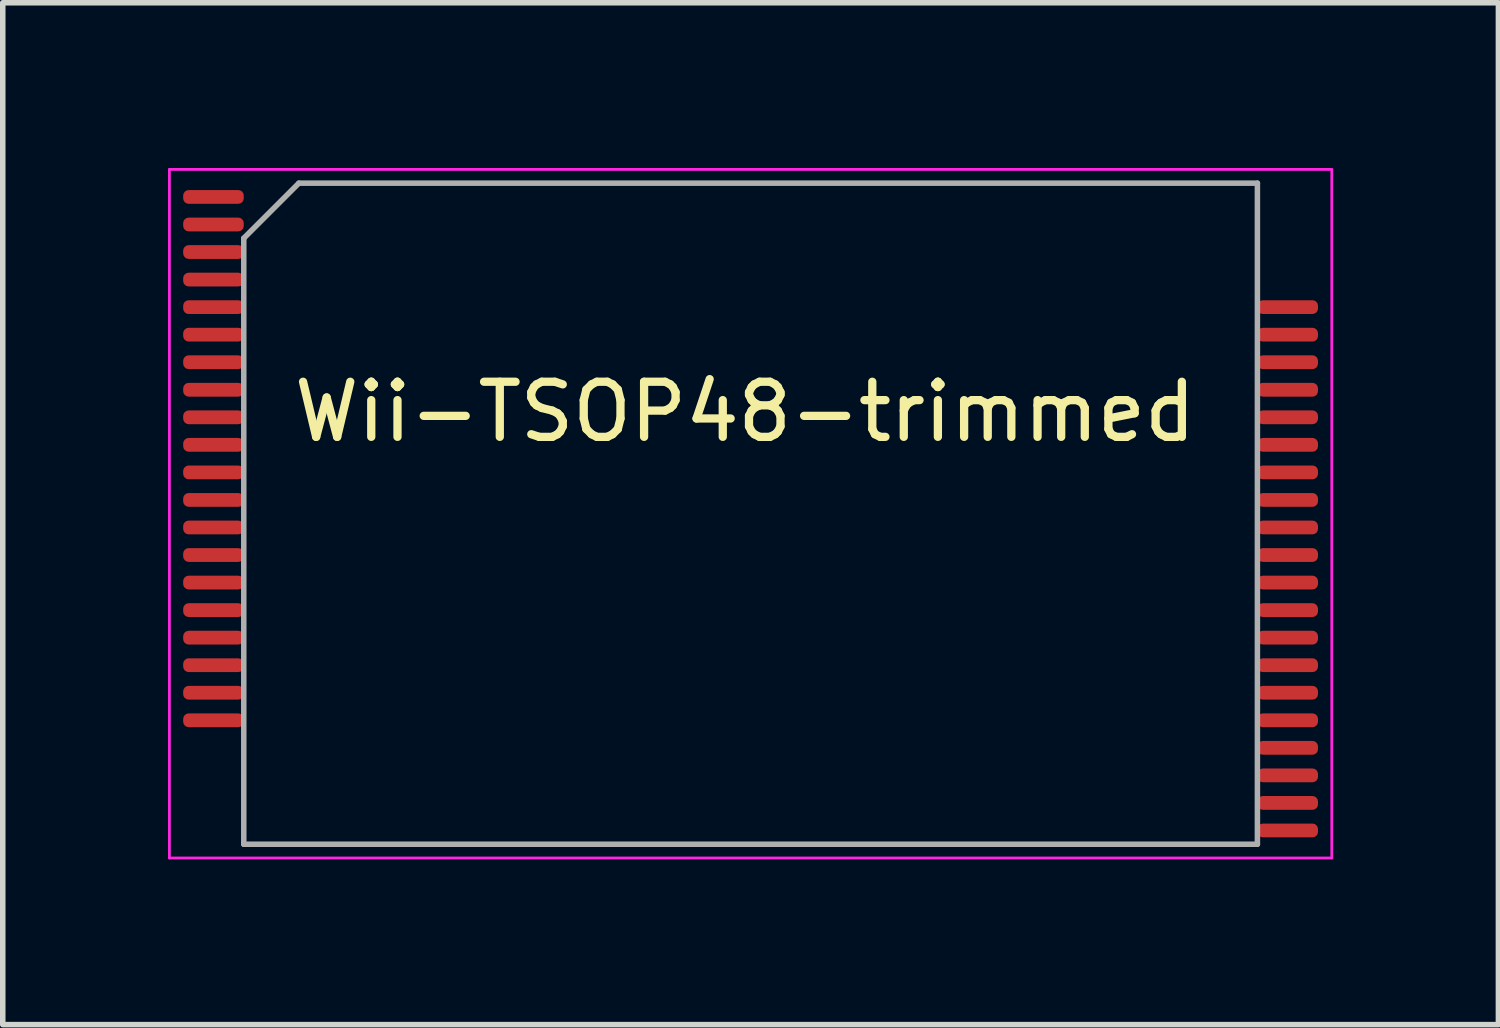
<source format=kicad_pcb>
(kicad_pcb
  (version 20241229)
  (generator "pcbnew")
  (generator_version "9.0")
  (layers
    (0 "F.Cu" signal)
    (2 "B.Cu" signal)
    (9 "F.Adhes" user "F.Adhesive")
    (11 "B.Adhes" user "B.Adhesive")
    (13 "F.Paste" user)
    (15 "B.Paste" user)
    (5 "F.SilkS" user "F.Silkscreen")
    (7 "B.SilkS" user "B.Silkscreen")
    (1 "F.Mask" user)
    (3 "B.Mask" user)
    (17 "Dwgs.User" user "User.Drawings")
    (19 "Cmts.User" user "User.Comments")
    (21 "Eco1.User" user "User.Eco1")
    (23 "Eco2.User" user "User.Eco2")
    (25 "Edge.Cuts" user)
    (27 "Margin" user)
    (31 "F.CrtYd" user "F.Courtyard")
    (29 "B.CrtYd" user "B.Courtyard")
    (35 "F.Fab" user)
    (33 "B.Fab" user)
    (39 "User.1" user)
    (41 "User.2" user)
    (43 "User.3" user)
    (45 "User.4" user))
  (footprint "Wii-TSOP48-trimmed"
    (layer "F.Cu")
    (at 10.575 6.275)
    (property "Reference" "Wii-TSOP48-trimmed" (at -0.1 -1.85 180) (layer "F.SilkS") (effects (font (size 1 1) (thickness 0.15))))
    (attr smd)
    (fp_line (start -10.55 -6.25) (end 10.55 -6.25) (stroke (width 0.05) (type solid)) (layer "F.CrtYd"))
    (fp_line (start -10.55 6.25) (end -10.55 -6.25) (stroke (width 0.05) (type solid)) (layer "F.CrtYd"))
    (fp_line (start 10.55 -6.25) (end 10.55 6.25) (stroke (width 0.05) (type solid)) (layer "F.CrtYd"))
    (fp_line (start 10.55 6.25) (end -10.55 6.25) (stroke (width 0.05) (type solid)) (layer "F.CrtYd"))
    (fp_line (start -9.2 6) (end -9.2 -5) (stroke (width 0.1) (type solid)) (layer "F.Fab"))
    (fp_line (start -8.2 -6) (end -9.2 -5) (stroke (width 0.1) (type solid)) (layer "F.Fab"))
    (fp_line (start -8.2 -6) (end 9.2 -6) (stroke (width 0.1) (type solid)) (layer "F.Fab"))
    (fp_line (start 9.2 -6) (end 9.2 6) (stroke (width 0.1) (type solid)) (layer "F.Fab"))
    (fp_line (start 9.2 6) (end -9.2 6) (stroke (width 0.1) (type solid)) (layer "F.Fab"))
    (pad "1" smd roundrect (at -9.75 -5.75) (size 1.1 0.25) (layers "F.Cu" "F.Mask" "F.Paste") (roundrect_rratio 0.4))
    (pad "2" smd roundrect (at -9.75 -5.25) (size 1.1 0.25) (layers "F.Cu" "F.Mask" "F.Paste") (roundrect_rratio 0.4))
    (pad "3" smd roundrect (at -9.75 -4.75) (size 1.1 0.25) (layers "F.Cu" "F.Mask" "F.Paste") (roundrect_rratio 0.4))
    (pad "4" smd roundrect (at -9.75 -4.25) (size 1.1 0.25) (layers "F.Cu" "F.Mask" "F.Paste") (roundrect_rratio 0.4))
    (pad "5" smd roundrect (at -9.75 -3.75) (size 1.1 0.25) (layers "F.Cu" "F.Mask" "F.Paste") (roundrect_rratio 0.4))
    (pad "6" smd roundrect (at -9.75 -3.25) (size 1.1 0.25) (layers "F.Cu" "F.Mask" "F.Paste") (roundrect_rratio 0.4))
    (pad "7" smd roundrect (at -9.75 -2.75) (size 1.1 0.25) (layers "F.Cu" "F.Mask" "F.Paste") (roundrect_rratio 0.4))
    (pad "8" smd roundrect (at -9.75 -2.25) (size 1.1 0.25) (layers "F.Cu" "F.Mask" "F.Paste") (roundrect_rratio 0.4))
    (pad "9" smd roundrect (at -9.75 -1.75) (size 1.1 0.25) (layers "F.Cu" "F.Mask" "F.Paste") (roundrect_rratio 0.4))
    (pad "10" smd roundrect (at -9.75 -1.25) (size 1.1 0.25) (layers "F.Cu" "F.Mask" "F.Paste") (roundrect_rratio 0.4))
    (pad "11" smd roundrect (at -9.75 -0.75) (size 1.1 0.25) (layers "F.Cu" "F.Mask" "F.Paste") (roundrect_rratio 0.4))
    (pad "12" smd roundrect (at -9.75 -0.25) (size 1.1 0.25) (layers "F.Cu" "F.Mask" "F.Paste") (roundrect_rratio 0.4))
    (pad "13" smd roundrect (at -9.75 0.25) (size 1.1 0.25) (layers "F.Cu" "F.Mask" "F.Paste") (roundrect_rratio 0.4))
    (pad "14" smd roundrect (at -9.75 0.75) (size 1.1 0.25) (layers "F.Cu" "F.Mask" "F.Paste") (roundrect_rratio 0.4))
    (pad "15" smd roundrect (at -9.75 1.25) (size 1.1 0.25) (layers "F.Cu" "F.Mask" "F.Paste") (roundrect_rratio 0.4))
    (pad "16" smd roundrect (at -9.75 1.75) (size 1.1 0.25) (layers "F.Cu" "F.Mask" "F.Paste") (roundrect_rratio 0.4))
    (pad "17" smd roundrect (at -9.75 2.25) (size 1.1 0.25) (layers "F.Cu" "F.Mask" "F.Paste") (roundrect_rratio 0.4))
    (pad "18" smd roundrect (at -9.75 2.75) (size 1.1 0.25) (layers "F.Cu" "F.Mask" "F.Paste") (roundrect_rratio 0.4))
    (pad "19" smd roundrect (at -9.75 3.25) (size 1.1 0.25) (layers "F.Cu" "F.Mask" "F.Paste") (roundrect_rratio 0.4))
    (pad "20" smd roundrect (at -9.75 3.75) (size 1.1 0.25) (layers "F.Cu" "F.Mask" "F.Paste") (roundrect_rratio 0.4))
    (pad "25" smd roundrect (at 9.75 5.75) (size 1.1 0.25) (layers "F.Cu" "F.Mask" "F.Paste") (roundrect_rratio 0.4))
    (pad "26" smd roundrect (at 9.75 5.25) (size 1.1 0.25) (layers "F.Cu" "F.Mask" "F.Paste") (roundrect_rratio 0.4))
    (pad "27" smd roundrect (at 9.75 4.75) (size 1.1 0.25) (layers "F.Cu" "F.Mask" "F.Paste") (roundrect_rratio 0.4))
    (pad "28" smd roundrect (at 9.75 4.25) (size 1.1 0.25) (layers "F.Cu" "F.Mask" "F.Paste") (roundrect_rratio 0.4))
    (pad "29" smd roundrect (at 9.75 3.75) (size 1.1 0.25) (layers "F.Cu" "F.Mask" "F.Paste") (roundrect_rratio 0.4))
    (pad "30" smd roundrect (at 9.75 3.25) (size 1.1 0.25) (layers "F.Cu" "F.Mask" "F.Paste") (roundrect_rratio 0.4))
    (pad "31" smd roundrect (at 9.75 2.75) (size 1.1 0.25) (layers "F.Cu" "F.Mask" "F.Paste") (roundrect_rratio 0.4))
    (pad "32" smd roundrect (at 9.75 2.25) (size 1.1 0.25) (layers "F.Cu" "F.Mask" "F.Paste") (roundrect_rratio 0.4))
    (pad "33" smd roundrect (at 9.75 1.75) (size 1.1 0.25) (layers "F.Cu" "F.Mask" "F.Paste") (roundrect_rratio 0.4))
    (pad "34" smd roundrect (at 9.75 1.25) (size 1.1 0.25) (layers "F.Cu" "F.Mask" "F.Paste") (roundrect_rratio 0.4))
    (pad "35" smd roundrect (at 9.75 0.75) (size 1.1 0.25) (layers "F.Cu" "F.Mask" "F.Paste") (roundrect_rratio 0.4))
    (pad "36" smd roundrect (at 9.75 0.25) (size 1.1 0.25) (layers "F.Cu" "F.Mask" "F.Paste") (roundrect_rratio 0.4))
    (pad "37" smd roundrect (at 9.75 -0.25) (size 1.1 0.25) (layers "F.Cu" "F.Mask" "F.Paste") (roundrect_rratio 0.4))
    (pad "38" smd roundrect (at 9.75 -0.75) (size 1.1 0.25) (layers "F.Cu" "F.Mask" "F.Paste") (roundrect_rratio 0.4))
    (pad "39" smd roundrect (at 9.75 -1.25) (size 1.1 0.25) (layers "F.Cu" "F.Mask" "F.Paste") (roundrect_rratio 0.4))
    (pad "40" smd roundrect (at 9.75 -1.75) (size 1.1 0.25) (layers "F.Cu" "F.Mask" "F.Paste") (roundrect_rratio 0.4))
    (pad "41" smd roundrect (at 9.75 -2.25) (size 1.1 0.25) (layers "F.Cu" "F.Mask" "F.Paste") (roundrect_rratio 0.4))
    (pad "42" smd roundrect (at 9.75 -2.75) (size 1.1 0.25) (layers "F.Cu" "F.Mask" "F.Paste") (roundrect_rratio 0.4))
    (pad "43" smd roundrect (at 9.75 -3.25) (size 1.1 0.25) (layers "F.Cu" "F.Mask" "F.Paste") (roundrect_rratio 0.4))
    (pad "44" smd roundrect (at 9.75 -3.75) (size 1.1 0.25) (layers "F.Cu" "F.Mask" "F.Paste") (roundrect_rratio 0.4)))
  (gr_rect
    (start -3 -3)
    (end 24.15 15.55)
    (stroke (width 0.1) (type default))
    (fill no)
    (layer "Edge.Cuts")))
</source>
